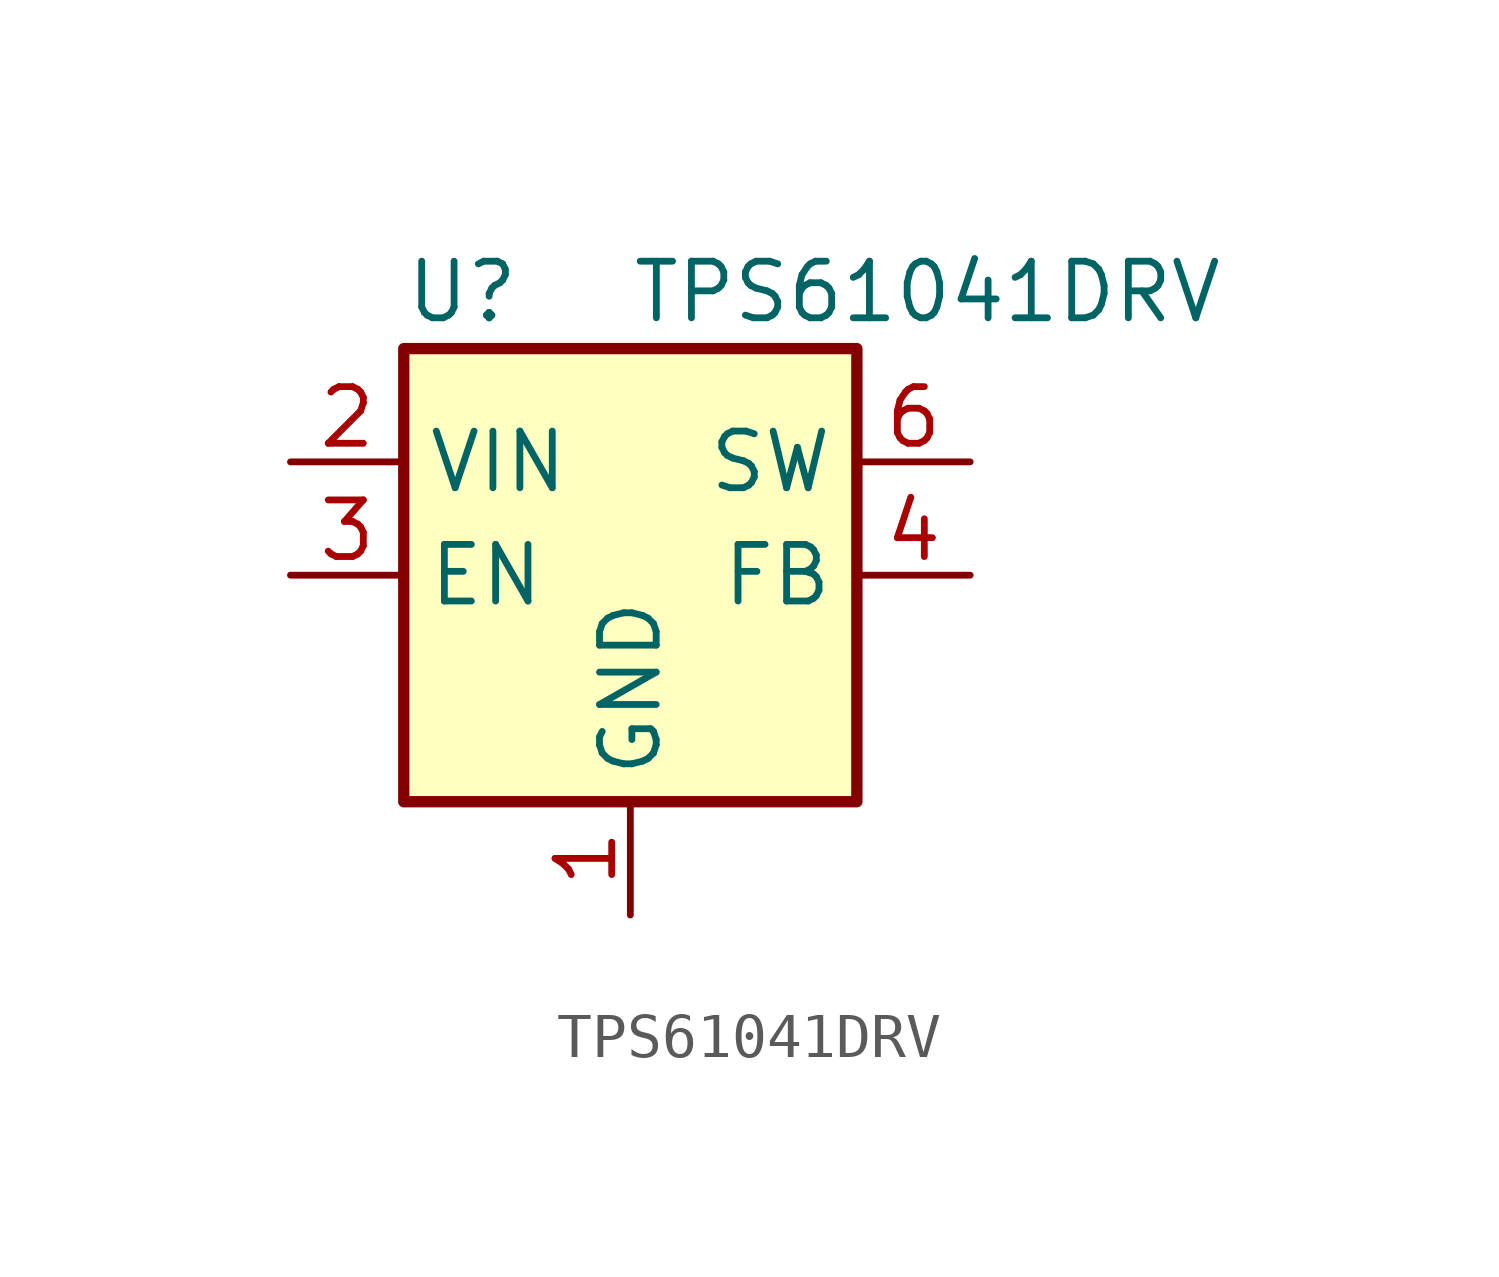
<source format=kicad_sym>
(kicad_symbol_lib
  (version 20200126)
  (host kicad_symbol_editor "(5.99.0-1839-gb83d64fc0)")
  (symbol "Regulator_Switching_RD:TPS61041DRV"
    (pin_names
      (offset 0.508))
    (property "Reference" "U"
      (at -5.08 6.35 0)
      (effects (font (size 1.27 1.27)) (justify left)))
    (property "Value" "TPS61041DRV"
      (at 0 6.35 0)
      (effects (font (size 1.27 1.27)) (justify left)))
    (symbol "TPS61041DRV_0_1"
      (rectangle (start -5.08 5.08) (end 5.08 -5.08) (stroke (width 0.254)) (fill (type background))))
    (symbol "TPS61041DRV_1_1"
      (pin power_in line (at 0 -7.62 90) (length 2.54) (name "GND" (effects (font (size 1.27 1.27)))) (number "1" (effects (font (size 1.27 1.27)))))
      (pin power_in line (at -7.62 2.54 0) (length 2.54) (name "VIN" (effects (font (size 1.27 1.27)))) (number "2" (effects (font (size 1.27 1.27)))))
      (pin input line (at -7.62 0 0) (length 2.54) (name "EN" (effects (font (size 1.27 1.27)))) (number "3" (effects (font (size 1.27 1.27)))))
      (pin input line (at 7.62 0 180) (length 2.54) (name "FB" (effects (font (size 1.27 1.27)))) (number "4" (effects (font (size 1.27 1.27)))))
      (pin unconnected line (at 5.08 -2.54 180) (length 2.54) hide (name "NC" (effects (font (size 1.27 1.27)))) (number "5" (effects (font (size 1.27 1.27)))))
      (pin power_out line (at 7.62 2.54 180) (length 2.54) (name "SW" (effects (font (size 1.27 1.27)))) (number "6" (effects (font (size 1.27 1.27))))))))
</source>
